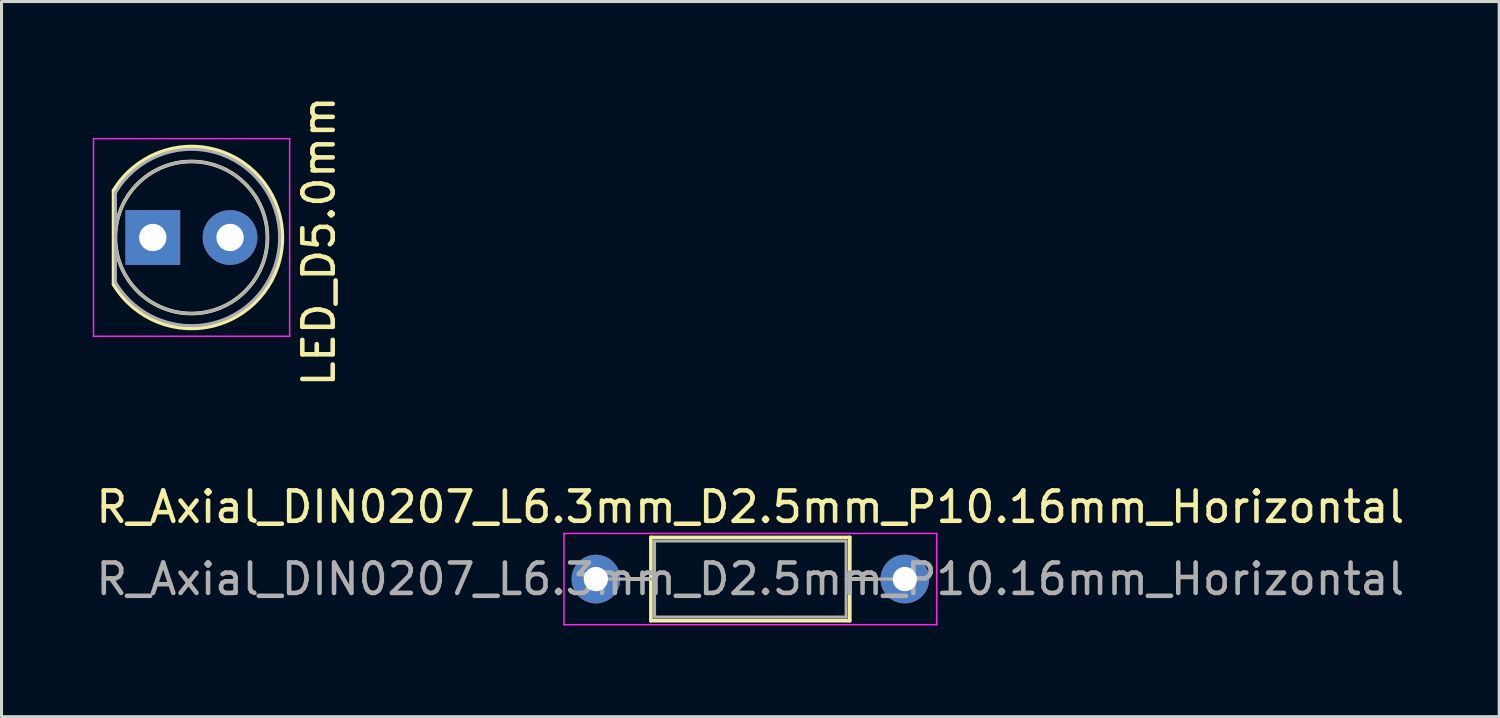
<source format=kicad_pcb>
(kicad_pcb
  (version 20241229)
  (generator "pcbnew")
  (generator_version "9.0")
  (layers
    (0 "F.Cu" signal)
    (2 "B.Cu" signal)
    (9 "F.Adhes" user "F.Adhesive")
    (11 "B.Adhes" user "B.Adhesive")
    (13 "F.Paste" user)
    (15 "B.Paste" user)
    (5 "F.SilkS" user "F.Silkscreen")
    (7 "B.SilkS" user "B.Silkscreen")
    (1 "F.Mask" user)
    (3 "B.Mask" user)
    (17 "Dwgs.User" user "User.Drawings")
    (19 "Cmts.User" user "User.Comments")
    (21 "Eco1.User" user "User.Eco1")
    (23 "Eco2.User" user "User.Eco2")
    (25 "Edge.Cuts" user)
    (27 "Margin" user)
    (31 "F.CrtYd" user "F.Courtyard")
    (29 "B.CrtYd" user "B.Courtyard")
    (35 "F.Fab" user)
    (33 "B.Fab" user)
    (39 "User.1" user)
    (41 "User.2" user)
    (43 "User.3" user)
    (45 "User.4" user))
  (footprint "LED_D5.0mm"
    (layer "F.Cu")
    (at 1.975 4.76)
    (property "Reference" "LED_D5.0mm" (at 5.461 0.127 270) (layer "F.SilkS") (effects (font (size 1 1) (thickness 0.15))))
    (attr through_hole)
    (fp_line (start -1.29 -1.545) (end -1.29 1.545) (stroke (width 0.12) (type solid)) (layer "F.SilkS"))
    (fp_arc (start -1.29 -1.54483) (mid 2.072002 -2.880433) (end 4.26 0.000462) (stroke (width 0.12) (type solid)) (layer "F.SilkS"))
    (fp_arc (start 4.26 -0.000462) (mid 2.072002 2.880433) (end -1.29 1.54483) (stroke (width 0.12) (type solid)) (layer "F.SilkS"))
    (fp_circle (center 1.27 0) (end 3.77 0) (stroke (width 0.12) (type solid)) (fill no) (layer "F.SilkS"))
    (fp_line (start -1.95 -3.25) (end -1.95 3.25) (stroke (width 0.05) (type solid)) (layer "F.CrtYd"))
    (fp_line (start -1.95 3.25) (end 4.5 3.25) (stroke (width 0.05) (type solid)) (layer "F.CrtYd"))
    (fp_line (start 4.5 -3.25) (end -1.95 -3.25) (stroke (width 0.05) (type solid)) (layer "F.CrtYd"))
    (fp_line (start 4.5 3.25) (end 4.5 -3.25) (stroke (width 0.05) (type solid)) (layer "F.CrtYd"))
    (fp_line (start -1.23 -1.47) (end -1.23 1.47) (stroke (width 0.1) (type solid)) (layer "F.Fab"))
    (fp_arc (start -1.23 -1.469694) (mid 4.17 0.000016) (end -1.230016 1.469666) (stroke (width 0.1) (type solid)) (layer "F.Fab"))
    (fp_circle (center 1.27 0) (end 3.77 0) (stroke (width 0.1) (type solid)) (fill no) (layer "F.Fab"))
    (pad "1" thru_hole rect (at 0 0) (size 1.8 1.8) (drill 0.9) (layers "*.Cu" "*.Mask"))
    (pad "2" thru_hole circle (at 2.54 0) (size 1.8 1.8) (drill 0.9) (layers "*.Cu" "*.Mask")))
  (footprint "R_Axial_DIN0207_L6.3mm_D2.5mm_P10.16mm_Horizontal"
    (layer "F.Cu")
    (at 16.545 15.992)
    (property "Reference" "R_Axial_DIN0207_L6.3mm_D2.5mm_P10.16mm_Horizontal" (at 5.08 -2.37 0) (layer "F.SilkS") (effects (font (size 1 1) (thickness 0.15))))
    (attr through_hole)
    (fp_line (start 1.04 0) (end 1.81 0) (stroke (width 0.12) (type solid)) (layer "F.SilkS"))
    (fp_line (start 1.81 -1.37) (end 1.81 1.37) (stroke (width 0.12) (type solid)) (layer "F.SilkS"))
    (fp_line (start 1.81 1.37) (end 8.35 1.37) (stroke (width 0.12) (type solid)) (layer "F.SilkS"))
    (fp_line (start 8.35 -1.37) (end 1.81 -1.37) (stroke (width 0.12) (type solid)) (layer "F.SilkS"))
    (fp_line (start 8.35 1.37) (end 8.35 -1.37) (stroke (width 0.12) (type solid)) (layer "F.SilkS"))
    (fp_line (start 9.12 0) (end 8.35 0) (stroke (width 0.12) (type solid)) (layer "F.SilkS"))
    (fp_line (start -1.05 -1.5) (end -1.05 1.5) (stroke (width 0.05) (type solid)) (layer "F.CrtYd"))
    (fp_line (start -1.05 1.5) (end 11.21 1.5) (stroke (width 0.05) (type solid)) (layer "F.CrtYd"))
    (fp_line (start 11.21 -1.5) (end -1.05 -1.5) (stroke (width 0.05) (type solid)) (layer "F.CrtYd"))
    (fp_line (start 11.21 1.5) (end 11.21 -1.5) (stroke (width 0.05) (type solid)) (layer "F.CrtYd"))
    (fp_line (start 0 0) (end 1.93 0) (stroke (width 0.1) (type solid)) (layer "F.Fab"))
    (fp_line (start 1.93 -1.25) (end 1.93 1.25) (stroke (width 0.1) (type solid)) (layer "F.Fab"))
    (fp_line (start 1.93 1.25) (end 8.23 1.25) (stroke (width 0.1) (type solid)) (layer "F.Fab"))
    (fp_line (start 8.23 -1.25) (end 1.93 -1.25) (stroke (width 0.1) (type solid)) (layer "F.Fab"))
    (fp_line (start 8.23 1.25) (end 8.23 -1.25) (stroke (width 0.1) (type solid)) (layer "F.Fab"))
    (fp_line (start 10.16 0) (end 8.23 0) (stroke (width 0.1) (type solid)) (layer "F.Fab"))
    (fp_text user "${REFERENCE}" (at 5.08 0 0) (layer "F.Fab") (effects (font (size 1 1) (thickness 0.15))))
    (pad "1" thru_hole circle (at 0 0) (size 1.6 1.6) (drill 0.8) (layers "*.Cu" "*.Mask"))
    (pad "2" thru_hole oval (at 10.16 0) (size 1.6 1.6) (drill 0.8) (layers "*.Cu" "*.Mask")))
  (gr_rect
    (start -3 -3)
    (end 46.25 20.517)
    (stroke (width 0.1) (type default))
    (fill no)
    (layer "Edge.Cuts")))
</source>
